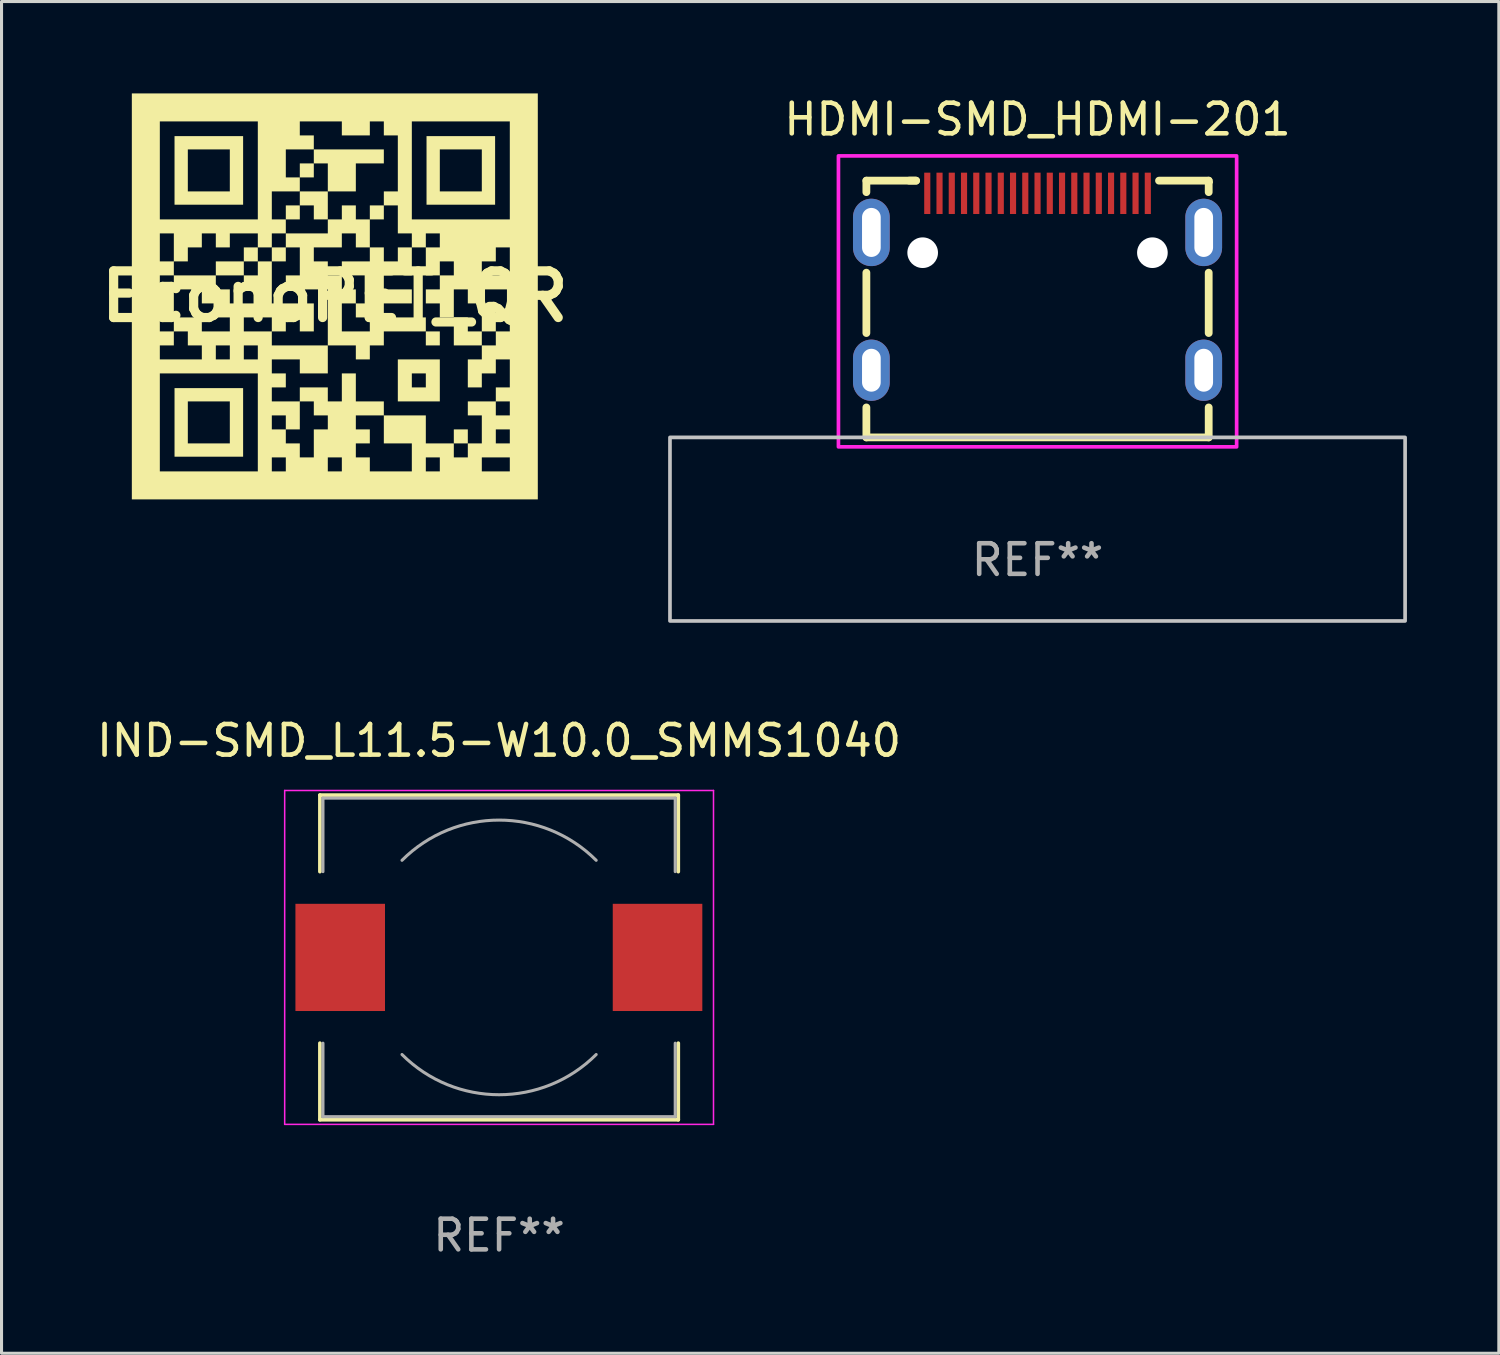
<source format=kicad_pcb>
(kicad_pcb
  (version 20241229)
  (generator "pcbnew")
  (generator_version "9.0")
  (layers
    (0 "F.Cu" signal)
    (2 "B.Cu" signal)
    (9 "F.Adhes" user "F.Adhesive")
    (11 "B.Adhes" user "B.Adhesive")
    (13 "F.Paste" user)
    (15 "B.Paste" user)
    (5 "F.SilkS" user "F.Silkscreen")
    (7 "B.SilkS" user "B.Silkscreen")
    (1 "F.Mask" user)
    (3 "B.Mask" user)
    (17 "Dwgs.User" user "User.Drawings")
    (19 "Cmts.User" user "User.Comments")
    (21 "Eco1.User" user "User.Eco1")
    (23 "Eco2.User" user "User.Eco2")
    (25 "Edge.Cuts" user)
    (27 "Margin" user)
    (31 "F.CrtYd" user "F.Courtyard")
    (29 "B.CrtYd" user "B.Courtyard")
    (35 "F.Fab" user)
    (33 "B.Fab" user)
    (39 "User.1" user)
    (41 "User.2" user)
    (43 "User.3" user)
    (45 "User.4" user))
  (footprint "EconoPET_QR"
    (layer "F.Cu")
    (at 7.881 6.627)
    (property "Reference" "EconoPET_QR" (at 0 0 0) (layer "F.SilkS") (effects (font (size 1.524 1.524) (thickness 0.3))))
    (attr board_only exclude_from_pos_files)
    (fp_poly (pts (xy -2.971 -0.686) (xy -3.885 -0.686) (xy -3.885 -1.143) (xy -2.971 -1.143)) (stroke (width 0) (type solid)) (fill yes) (layer "F.SilkS"))
    (fp_poly (pts (xy -2.514 -1.143) (xy -2.971 -1.143) (xy -2.971 -1.6) (xy -2.514 -1.6)) (stroke (width 0) (type solid)) (fill yes) (layer "F.SilkS"))
    (fp_poly (pts (xy -1.6 -1.143) (xy -2.057 -1.143) (xy -2.057 -1.6) (xy -1.6 -1.6)) (stroke (width 0) (type solid)) (fill yes) (layer "F.SilkS"))
    (fp_poly (pts (xy -1.143 -2.514) (xy -1.6 -2.514) (xy -1.6 -2.971) (xy -1.143 -2.971)) (stroke (width 0) (type solid)) (fill yes) (layer "F.SilkS"))
    (fp_poly (pts (xy -0.686 -3.885) (xy -1.143 -3.885) (xy -1.143 -4.342) (xy -0.686 -4.342)) (stroke (width 0) (type solid)) (fill yes) (layer "F.SilkS"))
    (fp_poly (pts (xy 1.6 -2.514) (xy 1.143 -2.514) (xy 1.143 -2.971) (xy 1.6 -2.971)) (stroke (width 0) (type solid)) (fill yes) (layer "F.SilkS"))
    (fp_poly (pts (xy 3.428 1.6) (xy 2.971 1.6) (xy 2.971 1.143) (xy 3.428 1.143)) (stroke (width 0) (type solid)) (fill yes) (layer "F.SilkS"))
    (fp_poly (pts (xy 4.342 4.799) (xy 3.885 4.799) (xy 3.885 4.342) (xy 4.342 4.342)) (stroke (width 0) (type solid)) (fill yes) (layer "F.SilkS"))
    (fp_poly (pts (xy 5.256 1.143) (xy 4.799 1.143) (xy 4.799 0.229) (xy 5.256 0.229)) (stroke (width 0) (type solid)) (fill yes) (layer "F.SilkS"))
    (fp_poly (pts (xy -1.143 -3.428) (xy -0.229 -3.428) (xy -0.229 -2.514) (xy -0.686 -2.514) (xy -0.686 -2.971) (xy -1.143 -2.971)) (stroke (width 0) (type solid)) (fill yes) (layer "F.SilkS"))
    (fp_poly (pts (xy 4.342 1.143) (xy 4.799 1.143) (xy 4.799 1.6) (xy 3.885 1.6) (xy 3.885 0.686) (xy 4.342 0.686)) (stroke (width 0) (type solid)) (fill yes) (layer "F.SilkS"))
    (fp_poly (pts (xy -0.686 -4.799) (xy 1.6 -4.799) (xy 1.6 -4.342) (xy 0.686 -4.342) (xy 0.686 -3.428) (xy -0.229 -3.428) (xy -0.229 -4.342) (xy -0.686 -4.342)) (stroke (width 0) (type solid)) (fill yes) (layer "F.SilkS"))
    (fp_poly (pts (xy -2.994 -2.994) (xy -5.233 -2.994) (xy -5.233 -3.428) (xy -4.799 -3.428) (xy -3.428 -3.428) (xy -3.428 -4.799) (xy -4.799 -4.799) (xy -4.799 -3.428) (xy -5.233 -3.428) (xy -5.233 -5.233) (xy -2.994 -5.233)) (stroke (width 0) (type solid)) (fill yes) (layer "F.SilkS"))
    (fp_poly (pts (xy -2.994 5.233) (xy -5.233 5.233) (xy -5.233 4.799) (xy -4.799 4.799) (xy -3.428 4.799) (xy -3.428 3.428) (xy -4.799 3.428) (xy -4.799 4.799) (xy -5.233 4.799) (xy -5.233 2.994) (xy -2.994 2.994)) (stroke (width 0) (type solid)) (fill yes) (layer "F.SilkS"))
    (fp_poly (pts (xy 3.428 3.428) (xy 2.057 3.428) (xy 2.057 2.971) (xy 2.514 2.971) (xy 2.971 2.971) (xy 2.971 2.514) (xy 2.514 2.514) (xy 2.514 2.971) (xy 2.057 2.971) (xy 2.057 2.057) (xy 3.428 2.057)) (stroke (width 0) (type solid)) (fill yes) (layer "F.SilkS"))
    (fp_poly (pts (xy 5.233 -2.994) (xy 2.994 -2.994) (xy 2.994 -3.428) (xy 3.428 -3.428) (xy 4.799 -3.428) (xy 4.799 -4.799) (xy 3.428 -4.799) (xy 3.428 -3.428) (xy 2.994 -3.428) (xy 2.994 -5.233) (xy 5.233 -5.233)) (stroke (width 0) (type solid)) (fill yes) (layer "F.SilkS"))
    (fp_poly (pts (xy -1.6 -2.057) (xy -0.229 -2.057) (xy -0.229 -2.514) (xy 0.229 -2.514) (xy 0.229 -2.971) (xy 0.686 -2.971) (xy 0.686 -2.514) (xy 1.143 -2.514) (xy 1.143 -1.6) (xy 1.6 -1.6) (xy 1.6 -1.143) (xy 2.057 -1.143) (xy 2.057 -1.6) (xy 2.514 -1.6) (xy 2.514 -0.686) (xy 1.6 -0.686) (xy 1.6 -0.229) (xy 2.514 -0.229) (xy 2.514 0.229) (xy 1.6 0.229) (xy 1.6 0.686) (xy 2.971 0.686) (xy 2.971 1.143) (xy 1.6 1.143) (xy 1.6 1.6) (xy 1.143 1.6) (xy 1.143 2.057) (xy 0.686 2.057) (xy 0.686 1.6) (xy -0.229 1.6) (xy -0.229 1.143) (xy 0.229 1.143) (xy 1.143 1.143) (xy 1.143 0.686) (xy 0.686 0.686) (xy 0.686 0.229) (xy 0.229 0.229) (xy 0.229 1.143) (xy -0.229 1.143) (xy -0.229 -0.229) (xy 0.229 -0.229) (xy 0.686 -0.229) (xy 0.686 0.229) (xy 1.143 0.229) (xy 1.143 -0.686) (xy 0.229 -0.686) (xy 0.229 -0.229) (xy -0.229 -0.229) (xy -1.6 -0.229) (xy -1.6 -0.686) (xy -1.143 -0.686) (xy -1.143 -1.143) (xy -0.686 -1.143) (xy -0.229 -1.143) (xy -0.229 -0.686) (xy 0.229 -0.686) (xy 0.229 -1.143) (xy 1.143 -1.143) (xy 1.143 -1.6) (xy 0.686 -1.6) (xy 0.686 -2.057) (xy 0.229 -2.057) (xy 0.229 -1.6) (xy -0.686 -1.6) (xy -0.686 -1.143) (xy -1.143 -1.143) (xy -1.143 -1.6) (xy -1.6 -1.6)) (stroke (width 0) (type solid)) (fill yes) (layer "F.SilkS"))
    (fp_poly (pts (xy 6.627 6.627) (xy -6.627 6.627) (xy -6.627 5.713) (xy -5.713 5.713) (xy -2.514 5.713) (xy -2.057 5.713) (xy -1.6 5.713) (xy -0.229 5.713) (xy 0.229 5.713) (xy 0.229 5.256) (xy 0.686 5.256) (xy 1.143 5.256) (xy 1.143 5.713) (xy 2.514 5.713) (xy 2.971 5.713) (xy 3.428 5.713) (xy 4.799 5.713) (xy 5.713 5.713) (xy 5.713 5.256) (xy 4.799 5.256) (xy 4.799 5.713) (xy 3.428 5.713) (xy 3.428 5.256) (xy 2.971 5.256) (xy 2.971 5.713) (xy 2.514 5.713) (xy 2.514 4.799) (xy 1.6 4.799) (xy 1.6 3.885) (xy 0.686 3.885) (xy 0.686 4.342) (xy 1.143 4.342) (xy 1.143 4.799) (xy 0.686 4.799) (xy 0.686 5.256) (xy 0.229 5.256) (xy -0.229 5.256) (xy -0.229 5.713) (xy -1.6 5.713) (xy -1.6 5.256) (xy -2.057 5.256) (xy -2.057 5.713) (xy -2.514 5.713) (xy -2.514 4.799) (xy -1.6 4.799) (xy -1.143 4.799) (xy -1.143 5.256) (xy -0.686 5.256) (xy -0.686 4.342) (xy -0.229 4.342) (xy -0.229 3.885) (xy -0.686 3.885) (xy -0.686 3.428) (xy -1.143 3.428) (xy -1.143 4.342) (xy -1.6 4.342) (xy -1.6 4.799) (xy -2.514 4.799) (xy -2.514 4.342) (xy -2.057 4.342) (xy -1.6 4.342) (xy -1.6 3.885) (xy -2.057 3.885) (xy -2.057 4.342) (xy -2.514 4.342) (xy -2.514 2.514) (xy -5.713 2.514) (xy -5.713 5.713) (xy -6.627 5.713) (xy -6.627 2.057) (xy -5.713 2.057) (xy -4.342 2.057) (xy -3.885 2.057) (xy -3.428 2.057) (xy -2.971 2.057) (xy -2.514 2.057) (xy -2.514 1.6) (xy -2.971 1.6) (xy -2.971 2.057) (xy -3.428 2.057) (xy -3.428 1.6) (xy -3.885 1.6) (xy -3.885 2.057) (xy -4.342 2.057) (xy -4.342 1.6) (xy -4.799 1.6) (xy -4.799 1.143) (xy -5.256 1.143) (xy -5.256 1.6) (xy -5.713 1.6) (xy -5.713 2.057) (xy -6.627 2.057) (xy -6.627 1.143) (xy -5.713 1.143) (xy -5.256 1.143) (xy -5.256 0.686) (xy -4.342 0.686) (xy -4.342 1.143) (xy -3.428 1.143) (xy -2.971 1.143) (xy -2.057 1.143) (xy -2.057 0.686) (xy -2.971 0.686) (xy -2.971 1.143) (xy -3.428 1.143) (xy -3.428 0.686) (xy -3.885 0.686) (xy -3.885 0.229) (xy -4.342 0.229) (xy -4.342 -0.229) (xy -5.256 -0.229) (xy -5.256 0.686) (xy -5.713 0.686) (xy -5.713 1.143) (xy -6.627 1.143) (xy -6.627 -0.229) (xy -5.713 -0.229) (xy -5.256 -0.229) (xy -5.256 -0.686) (xy -3.885 -0.686) (xy -3.885 -0.229) (xy -3.428 -0.229) (xy -3.428 0.229) (xy -2.514 0.229) (xy -2.514 -0.229) (xy -2.971 -0.229) (xy -2.971 -0.686) (xy -2.514 -0.686) (xy -2.514 -1.143) (xy -2.057 -1.143) (xy -2.057 0.229) (xy -0.686 0.229) (xy -0.686 1.143) (xy -1.143 1.143) (xy -1.143 0.686) (xy -1.6 0.686) (xy -1.6 1.143) (xy -2.057 1.143) (xy -2.057 1.6) (xy -0.229 1.6) (xy -0.229 2.514) (xy -1.143 2.514) (xy -1.143 2.057) (xy -2.057 2.057) (xy -2.057 2.514) (xy -1.6 2.514) (xy -1.6 2.971) (xy -2.057 2.971) (xy -2.057 3.428) (xy -1.143 3.428) (xy -1.143 2.971) (xy -0.229 2.971) (xy -0.229 3.428) (xy 0.229 3.428) (xy 0.229 2.514) (xy 0.686 2.514) (xy 0.686 3.428) (xy 1.6 3.428) (xy 1.6 3.885) (xy 2.971 3.885) (xy 2.971 4.799) (xy 3.885 4.799) (xy 3.885 5.256) (xy 4.342 5.256) (xy 4.342 4.799) (xy 4.799 4.799) (xy 5.256 4.799) (xy 5.713 4.799) (xy 5.713 4.342) (xy 5.256 4.342) (xy 5.256 4.799) (xy 4.799 4.799) (xy 4.799 3.885) (xy 5.256 3.885) (xy 5.713 3.885) (xy 5.713 3.428) (xy 5.256 3.428) (xy 5.256 3.885) (xy 4.799 3.885) (xy 4.342 3.885) (xy 4.342 3.428) (xy 5.256 3.428) (xy 5.256 2.971) (xy 5.713 2.971) (xy 5.713 2.057) (xy 5.256 2.057) (xy 5.256 2.514) (xy 4.799 2.514) (xy 4.799 2.971) (xy 4.342 2.971) (xy 4.342 2.057) (xy 4.799 2.057) (xy 4.799 1.6) (xy 5.256 1.6) (xy 5.256 1.143) (xy 5.713 1.143) (xy 5.713 -0.229) (xy 4.799 -0.229) (xy 4.799 0.229) (xy 4.342 0.229) (xy 4.342 -0.229) (xy 3.885 -0.229) (xy 3.885 0.686) (xy 3.428 0.686) (xy 3.428 0.229) (xy 2.971 0.229) (xy 2.971 -0.229) (xy 3.428 -0.229) (xy 3.428 -0.686) (xy 3.885 -0.686) (xy 4.799 -0.686) (xy 5.713 -0.686) (xy 5.713 -1.6) (xy 5.256 -1.6) (xy 5.256 -1.143) (xy 4.799 -1.143) (xy 4.799 -0.686) (xy 3.885 -0.686) (xy 3.885 -1.143) (xy 3.428 -1.143) (xy 3.428 -0.686) (xy 2.971 -0.686) (xy 2.971 -1.6) (xy 3.428 -1.6) (xy 3.428 -2.057) (xy 2.971 -2.057) (xy 2.971 -1.6) (xy 2.514 -1.6) (xy 2.514 -2.057) (xy 2.057 -2.057) (xy 2.057 -2.514) (xy 2.514 -2.514) (xy 5.713 -2.514) (xy 5.713 -5.713) (xy 2.514 -5.713) (xy 2.514 -2.514) (xy 2.057 -2.514) (xy 2.057 -2.971) (xy 1.6 -2.971) (xy 1.6 -3.428) (xy 2.057 -3.428) (xy 2.057 -5.256) (xy 1.6 -5.256) (xy 1.6 -5.713) (xy 1.143 -5.713) (xy 1.143 -5.256) (xy 0.229 -5.256) (xy 0.229 -5.713) (xy -1.143 -5.713) (xy -1.143 -5.256) (xy -0.686 -5.256) (xy -0.686 -4.799) (xy -1.6 -4.799) (xy -1.6 -3.885) (xy -1.143 -3.885) (xy -1.143 -3.428) (xy -2.057 -3.428) (xy -2.057 -2.514) (xy -1.6 -2.514) (xy -1.6 -2.057) (xy -2.057 -2.057) (xy -2.057 -1.6) (xy -2.514 -1.6) (xy -2.514 -2.057) (xy -3.428 -2.057) (xy -3.428 -1.6) (xy -3.885 -1.6) (xy -3.885 -2.057) (xy -4.342 -2.057) (xy -4.342 -1.6) (xy -4.799 -1.6) (xy -4.799 -1.143) (xy -5.256 -1.143) (xy -5.256 -0.686) (xy -5.713 -0.686) (xy -5.713 -0.229) (xy -6.627 -0.229) (xy -6.627 -1.143) (xy -5.713 -1.143) (xy -5.256 -1.143) (xy -5.256 -2.057) (xy -5.713 -2.057) (xy -5.713 -1.143) (xy -6.627 -1.143) (xy -6.627 -2.514) (xy -5.713 -2.514) (xy -2.514 -2.514) (xy -2.514 -5.713) (xy -5.713 -5.713) (xy -5.713 -2.514) (xy -6.627 -2.514) (xy -6.627 -6.627) (xy 6.627 -6.627)) (stroke (width 0) (type solid)) (fill yes) (layer "F.SilkS")))
  (footprint "IND-SMD_L11.5-W10.0_SMMS1040"
    (layer "F.Cu")
    (at 13.244 28.207)
    (property "Reference" "IND-SMD_L11.5-W10.0_SMMS1040" (at 0 -7.076 0) (layer "F.SilkS") (effects (font (size 1 1) (thickness 0.15))))
    (attr smd)
    (fp_line (start -5.85 -5.3) (end 5.85 -5.3) (stroke (width 0.12) (type solid)) (layer "F.SilkS"))
    (fp_line (start -5.85 -2.8) (end -5.85 -5.3) (stroke (width 0.12) (type solid)) (layer "F.SilkS"))
    (fp_line (start -5.85 5.3) (end -5.85 2.8) (stroke (width 0.12) (type solid)) (layer "F.SilkS"))
    (fp_line (start 5.85 -5.3) (end 5.85 -2.8) (stroke (width 0.12) (type solid)) (layer "F.SilkS"))
    (fp_line (start 5.85 2.8) (end 5.85 5.3) (stroke (width 0.12) (type solid)) (layer "F.SilkS"))
    (fp_line (start 5.85 5.3) (end -5.85 5.3) (stroke (width 0.12) (type solid)) (layer "F.SilkS"))
    (fp_line (start -7 -5.45) (end -7 5.45) (stroke (width 0.05) (type solid)) (layer "F.CrtYd"))
    (fp_line (start -7 5.45) (end 7 5.45) (stroke (width 0.05) (type solid)) (layer "F.CrtYd"))
    (fp_line (start 7 -5.45) (end -7 -5.45) (stroke (width 0.05) (type solid)) (layer "F.CrtYd"))
    (fp_line (start 7 5.45) (end 7 -5.45) (stroke (width 0.05) (type solid)) (layer "F.CrtYd"))
    (fp_line (start -5.75 -5.2) (end -5.75 -2.8) (stroke (width 0.1) (type solid)) (layer "F.Fab"))
    (fp_line (start -5.75 -5.2) (end 5.75 -5.2) (stroke (width 0.1) (type solid)) (layer "F.Fab"))
    (fp_line (start -5.75 5.2) (end -5.75 2.8) (stroke (width 0.1) (type solid)) (layer "F.Fab"))
    (fp_line (start -5.75 5.2) (end 5.75 5.2) (stroke (width 0.1) (type solid)) (layer "F.Fab"))
    (fp_line (start 5.75 -5.2) (end 5.75 -2.8) (stroke (width 0.1) (type solid)) (layer "F.Fab"))
    (fp_line (start 5.75 5.2) (end 5.75 2.8) (stroke (width 0.1) (type solid)) (layer "F.Fab"))
    (fp_arc (start -3.17 -3.17) (mid 0 -4.483057) (end 3.17 -3.17) (stroke (width 0.1) (type solid)) (layer "F.Fab"))
    (fp_arc (start 3.17 3.17) (mid 0 4.483057) (end -3.17 3.17) (stroke (width 0.1) (type solid)) (layer "F.Fab"))
    (fp_text user "REF**" (at 0 9.076 0) (layer "F.Fab") (effects (font (size 1 1) (thickness 0.15))))
    (pad "1" smd rect (at -5.187 0 180) (size 2.924 3.5) (layers "F.Cu" "F.Mask" "F.Paste"))
    (pad "2" smd rect (at 5.173 0 180) (size 2.924 3.5) (layers "F.Cu" "F.Mask" "F.Paste")))
  (footprint "HDMI-SMD_HDMI-201"
    (layer "F.Cu")
    (at 30.823 7.039)
    (property "Reference" "HDMI-SMD_HDMI-201" (at 0 -6.191 0) (layer "F.SilkS") (effects (font (size 1 1) (thickness 0.15))))
    (attr smd)
    (fp_line (start -5.588 -4.191) (end -5.588 -3.816) (stroke (width 0.254) (type solid)) (layer "F.SilkS"))
    (fp_line (start -5.588 -1.187) (end -5.588 0.784) (stroke (width 0.254) (type solid)) (layer "F.SilkS"))
    (fp_line (start -5.588 3.213) (end -5.588 4.191) (stroke (width 0.254) (type solid)) (layer "F.SilkS"))
    (fp_line (start -5.588 4.191) (end 5.588 4.191) (stroke (width 0.254) (type solid)) (layer "F.SilkS"))
    (fp_line (start -3.966 -4.191) (end -5.588 -4.191) (stroke (width 0.254) (type solid)) (layer "F.SilkS"))
    (fp_line (start -3.966 -4.191) (end -4.191 -4.191) (stroke (width 0.254) (type solid)) (layer "F.SilkS"))
    (fp_line (start 5.588 -4.191) (end 3.966 -4.191) (stroke (width 0.254) (type solid)) (layer "F.SilkS"))
    (fp_line (start 5.588 -3.816) (end 5.588 -4.191) (stroke (width 0.254) (type solid)) (layer "F.SilkS"))
    (fp_line (start 5.588 0.784) (end 5.588 -1.187) (stroke (width 0.254) (type solid)) (layer "F.SilkS"))
    (fp_line (start 5.588 4.191) (end 5.588 3.213) (stroke (width 0.254) (type solid)) (layer "F.SilkS"))
    (fp_circle (center 5.669 -4.139) (end 5.699 -4.139) (stroke (width 0.06) (type solid)) (fill no) (layer "F.SilkS"))
    (fp_rect (start -12 4.191) (end 12 10.183) (stroke (width 0.12) (type solid)) (fill no) (layer "Dwgs.User"))
    (fp_rect (start -6.5 -5) (end 6.5 4.5) (stroke (width 0.12) (type solid)) (fill no) (layer "F.CrtYd"))
    (fp_circle (center -3.75 -1.839) (end -3.55 -1.839) (stroke (width 0.4) (type solid)) (fill no) (layer "F.Fab"))
    (fp_circle (center 3.75 -1.839) (end 3.95 -1.839) (stroke (width 0.4) (type solid)) (fill no) (layer "F.Fab"))
    (fp_text user "REF**" (at 0 8.191 0) (layer "F.Fab") (effects (font (size 1 1) (thickness 0.15))))
    (pad "" np_thru_hole circle (at -3.75 -1.839) (size 1 1) (drill 1) (layers "*.Cu" "*.Mask"))
    (pad "" np_thru_hole circle (at 3.75 -1.839) (size 1 1) (drill 1) (layers "*.Cu" "*.Mask"))
    (pad "1" smd rect (at 3.6 -3.777) (size 0.2 1.35) (layers "F.Cu" "F.Mask" "F.Paste"))
    (pad "2" smd rect (at 3.2 -3.777) (size 0.2 1.35) (layers "F.Cu" "F.Mask" "F.Paste"))
    (pad "3" smd rect (at 2.8 -3.777) (size 0.2 1.35) (layers "F.Cu" "F.Mask" "F.Paste"))
    (pad "4" smd rect (at 2.4 -3.777) (size 0.2 1.35) (layers "F.Cu" "F.Mask" "F.Paste"))
    (pad "5" smd rect (at 2 -3.777) (size 0.2 1.35) (layers "F.Cu" "F.Mask" "F.Paste"))
    (pad "6" smd rect (at 1.6 -3.777) (size 0.2 1.35) (layers "F.Cu" "F.Mask" "F.Paste"))
    (pad "7" smd rect (at 1.2 -3.777) (size 0.2 1.35) (layers "F.Cu" "F.Mask" "F.Paste"))
    (pad "8" smd rect (at 0.8 -3.777) (size 0.2 1.35) (layers "F.Cu" "F.Mask" "F.Paste"))
    (pad "9" smd rect (at 0.4 -3.777) (size 0.2 1.35) (layers "F.Cu" "F.Mask" "F.Paste"))
    (pad "10" smd rect (at 0.000051 -3.777) (size 0.2 1.35) (layers "F.Cu" "F.Mask" "F.Paste"))
    (pad "11" smd rect (at -0.4 -3.777) (size 0.2 1.35) (layers "F.Cu" "F.Mask" "F.Paste"))
    (pad "12" smd rect (at -0.8 -3.777) (size 0.2 1.35) (layers "F.Cu" "F.Mask" "F.Paste"))
    (pad "13" smd rect (at -1.2 -3.777) (size 0.2 1.35) (layers "F.Cu" "F.Mask" "F.Paste"))
    (pad "14" smd rect (at -1.6 -3.777) (size 0.2 1.35) (layers "F.Cu" "F.Mask" "F.Paste"))
    (pad "15" smd rect (at -2 -3.777) (size 0.2 1.35) (layers "F.Cu" "F.Mask" "F.Paste"))
    (pad "16" smd rect (at -2.4 -3.777) (size 0.2 1.35) (layers "F.Cu" "F.Mask" "F.Paste"))
    (pad "17" smd rect (at -2.8 -3.777) (size 0.2 1.35) (layers "F.Cu" "F.Mask" "F.Paste"))
    (pad "18" smd rect (at -3.2 -3.777) (size 0.2 1.35) (layers "F.Cu" "F.Mask" "F.Paste"))
    (pad "19" smd rect (at -3.6 -3.777) (size 0.2 1.35) (layers "F.Cu" "F.Mask" "F.Paste"))
    (pad "SH" thru_hole oval (at -5.425 -2.501) (size 1.2 2.2) (drill oval 0.61 1.6) (layers "*.Cu" "*.Mask"))
    (pad "SH" thru_hole oval (at -5.425 1.998) (size 1.2 2) (drill oval 0.61 1.4) (layers "*.Cu" "*.Mask"))
    (pad "SH" thru_hole oval (at 5.425 -2.501) (size 1.2 2.2) (drill oval 0.61 1.6) (layers "*.Cu" "*.Mask"))
    (pad "SH" thru_hole oval (at 5.425 1.998) (size 1.2 2) (drill oval 0.61 1.4) (layers "*.Cu" "*.Mask")))
  (gr_rect
    (start -3 -3)
    (end 45.883 41.131)
    (stroke (width 0.1) (type default))
    (fill no)
    (layer "Edge.Cuts")))
</source>
